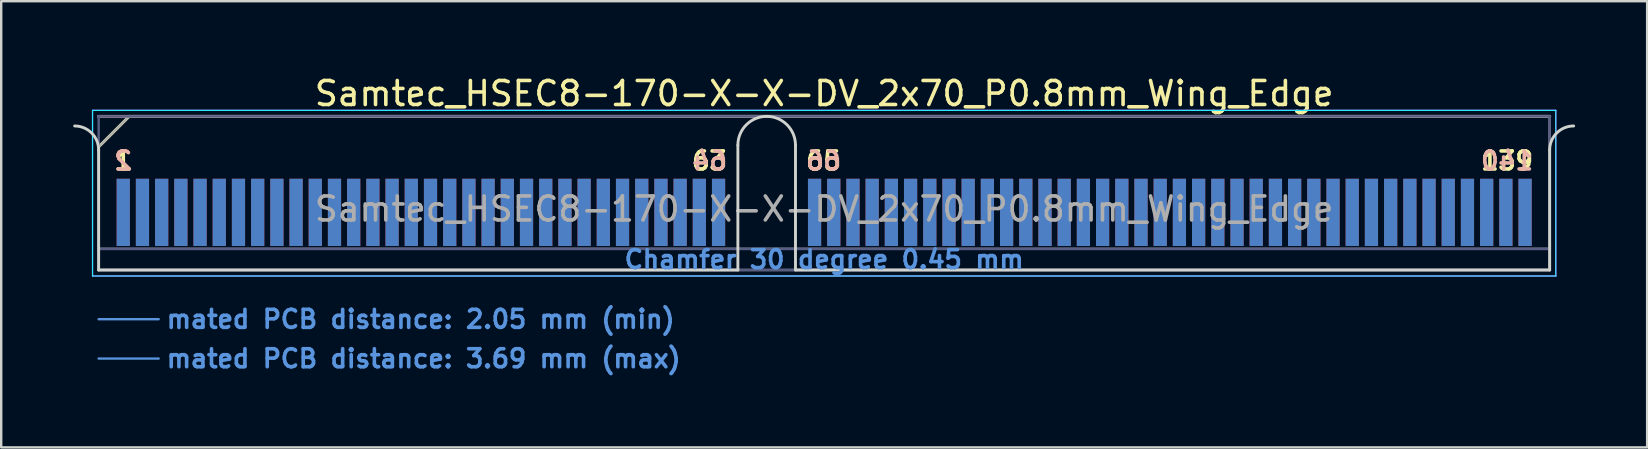
<source format=kicad_pcb>
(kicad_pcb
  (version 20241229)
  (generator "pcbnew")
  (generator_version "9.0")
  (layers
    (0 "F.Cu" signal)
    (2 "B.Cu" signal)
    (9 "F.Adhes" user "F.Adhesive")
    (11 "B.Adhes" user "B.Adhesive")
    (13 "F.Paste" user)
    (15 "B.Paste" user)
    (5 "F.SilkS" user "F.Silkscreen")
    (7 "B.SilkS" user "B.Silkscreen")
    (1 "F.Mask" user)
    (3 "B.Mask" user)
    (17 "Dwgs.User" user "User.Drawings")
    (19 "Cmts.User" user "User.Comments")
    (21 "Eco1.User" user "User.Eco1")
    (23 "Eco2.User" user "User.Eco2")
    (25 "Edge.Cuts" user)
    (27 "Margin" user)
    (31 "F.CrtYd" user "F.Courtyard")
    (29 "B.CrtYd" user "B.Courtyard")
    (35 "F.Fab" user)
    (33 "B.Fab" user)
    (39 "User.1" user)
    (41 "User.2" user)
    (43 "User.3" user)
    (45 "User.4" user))
  (footprint "Samtec_HSEC8-170-X-X-DV_2x70_P0.8mm_Wing_Edge"
    (layer "F.Cu")
    (at 31.285 8.198)
    (property "Reference" "Samtec_HSEC8-170-X-X-DV_2x70_P0.8mm_Wing_Edge" (at 0 -7.35 0) (layer "F.SilkS") (effects (font (size 1 1) (thickness 0.15))))
    (attr exclude_from_pos_files exclude_from_bom)
    (fp_line (start -30.225 -5.13) (end -28.955 -6.4) (stroke (width 0.12) (type solid)) (layer "F.SilkS"))
    (fp_line (start -28.955 -6.4) (end 30.225 -6.4) (stroke (width 0.12) (type solid)) (layer "F.SilkS"))
    (fp_line (start -30.225 -6.4) (end -30.225 -6.4) (stroke (width 0.12) (type solid)) (layer "B.SilkS"))
    (fp_line (start -30.225 -6.4) (end 30.225 -6.4) (stroke (width 0.12) (type solid)) (layer "B.SilkS"))
    (fp_line (start -30.225 2.05) (end -27.725 2.05) (stroke (width 0.1) (type solid)) (layer "Cmts.User"))
    (fp_line (start -30.225 3.69) (end -27.725 3.69) (stroke (width 0.1) (type solid)) (layer "Cmts.User"))
    (fp_line (start -30.225 -5) (end -30.225 0) (stroke (width 0.12) (type solid)) (layer "Edge.Cuts"))
    (fp_line (start -30.225 0) (end -3.595 0) (stroke (width 0.12) (type solid)) (layer "Edge.Cuts"))
    (fp_line (start -3.595 0) (end -3.595 -5.2) (stroke (width 0.12) (type solid)) (layer "Edge.Cuts"))
    (fp_line (start -1.195 -5.2) (end -1.195 0) (stroke (width 0.12) (type solid)) (layer "Edge.Cuts"))
    (fp_line (start -1.195 0) (end 30.225 0) (stroke (width 0.12) (type solid)) (layer "Edge.Cuts"))
    (fp_line (start 30.225 0) (end 30.225 -5) (stroke (width 0.12) (type solid)) (layer "Edge.Cuts"))
    (fp_arc (start -31.225 -6) (mid -30.517893 -5.707107) (end -30.225 -5) (stroke (width 0.12) (type solid)) (layer "Edge.Cuts"))
    (fp_arc (start -3.595 -5.2) (mid -2.395 -6.4) (end -1.195 -5.2) (stroke (width 0.12) (type solid)) (layer "Edge.Cuts"))
    (fp_arc (start 30.225 -5) (mid 30.517893 -5.707107) (end 31.225 -6) (stroke (width 0.12) (type solid)) (layer "Edge.Cuts"))
    (fp_line (start -30.48 -6.65) (end -30.48 0.25) (stroke (width 0.05) (type solid)) (layer "B.CrtYd"))
    (fp_line (start -30.48 0.25) (end 30.48 0.25) (stroke (width 0.05) (type solid)) (layer "B.CrtYd"))
    (fp_line (start 30.48 -6.65) (end -30.48 -6.65) (stroke (width 0.05) (type solid)) (layer "B.CrtYd"))
    (fp_line (start 30.48 0.25) (end 30.48 -6.65) (stroke (width 0.05) (type solid)) (layer "B.CrtYd"))
    (fp_line (start -30.48 -6.65) (end -30.48 0.25) (stroke (width 0.05) (type solid)) (layer "F.CrtYd"))
    (fp_line (start -30.48 0.25) (end 30.48 0.25) (stroke (width 0.05) (type solid)) (layer "F.CrtYd"))
    (fp_line (start 30.48 -6.65) (end -30.48 -6.65) (stroke (width 0.05) (type solid)) (layer "F.CrtYd"))
    (fp_line (start 30.48 0.25) (end 30.48 -6.65) (stroke (width 0.05) (type solid)) (layer "F.CrtYd"))
    (fp_line (start -30.225 -6.4) (end -30.225 -6.4) (stroke (width 0.1) (type solid)) (layer "B.Fab"))
    (fp_line (start -30.225 -6.4) (end -30.225 0) (stroke (width 0.1) (type solid)) (layer "B.Fab"))
    (fp_line (start -30.225 -6.4) (end 30.225 -6.4) (stroke (width 0.1) (type solid)) (layer "B.Fab"))
    (fp_line (start -30.225 -0.88) (end 30.225 -0.88) (stroke (width 0.1) (type solid)) (layer "B.Fab"))
    (fp_line (start -30.225 0) (end 30.225 0) (stroke (width 0.1) (type solid)) (layer "B.Fab"))
    (fp_line (start 30.225 -6.4) (end 30.225 0) (stroke (width 0.1) (type solid)) (layer "B.Fab"))
    (fp_line (start -30.225 -5.13) (end -30.225 0) (stroke (width 0.1) (type solid)) (layer "F.Fab"))
    (fp_line (start -30.225 -5.13) (end -28.955 -6.4) (stroke (width 0.1) (type solid)) (layer "F.Fab"))
    (fp_line (start -30.225 -0.88) (end 30.225 -0.88) (stroke (width 0.1) (type solid)) (layer "F.Fab"))
    (fp_line (start -30.225 0) (end 30.225 0) (stroke (width 0.1) (type solid)) (layer "F.Fab"))
    (fp_line (start -28.955 -6.4) (end 30.225 -6.4) (stroke (width 0.1) (type solid)) (layer "F.Fab"))
    (fp_line (start 30.225 -6.4) (end 30.225 0) (stroke (width 0.1) (type solid)) (layer "F.Fab"))
    (fp_text user "139" (at 28.45 -4.55 0) (layer "F.SilkS") (effects (font (size 0.75 0.75) (thickness 0.15))))
    (fp_text user "63" (at -4.775 -4.55 0) (layer "F.SilkS") (effects (font (size 0.75 0.75) (thickness 0.15))))
    (fp_text user "1" (at -29.2 -4.55 0) (layer "F.SilkS") (effects (font (size 0.75 0.75) (thickness 0.15))))
    (fp_text user "65" (at -0.025 -4.55 0) (layer "F.SilkS") (effects (font (size 0.75 0.75) (thickness 0.15))))
    (fp_text user "66" (at -0.025 -4.55 0) (layer "B.SilkS") (effects (font (size 0.75 0.75) (thickness 0.15)) (justify mirror)))
    (fp_text user "140" (at 28.45 -4.55 0) (layer "B.SilkS") (effects (font (size 0.75 0.75) (thickness 0.15)) (justify mirror)))
    (fp_text user "2" (at -29.2 -4.55 0) (layer "B.SilkS") (effects (font (size 0.75 0.75) (thickness 0.15)) (justify mirror)))
    (fp_text user "64" (at -4.775 -4.55 0) (layer "B.SilkS") (effects (font (size 0.75 0.75) (thickness 0.15)) (justify mirror)))
    (fp_text user "mated PCB distance: 3.69 mm (max)" (at -27.48 3.69 0) (layer "Cmts.User") (effects (font (size 0.75 0.75) (thickness 0.15)) (justify left)))
    (fp_text user "mated PCB distance: 2.05 mm (min)" (at -27.48 2.05 0) (layer "Cmts.User") (effects (font (size 0.75 0.75) (thickness 0.15)) (justify left)))
    (fp_text user "Chamfer 30 degree 0.45 mm" (at 0 -0.44 0) (layer "Cmts.User") (effects (font (size 0.75 0.75) (thickness 0.15))))
    (fp_text user "${REFERENCE}" (at 0 -2.54 0) (layer "F.Fab") (effects (font (size 1 1) (thickness 0.15))))
    (pad "1" connect rect (at -29.2 -2.4) (size 0.55 2.8) (layers "F.Cu" "F.Mask"))
    (pad "2" connect rect (at -29.2 -2.4) (size 0.55 2.8) (layers "B.Cu" "B.Mask"))
    (pad "3" connect rect (at -28.4 -2.4) (size 0.55 2.8) (layers "F.Cu" "F.Mask"))
    (pad "4" connect rect (at -28.4 -2.4) (size 0.55 2.8) (layers "B.Cu" "B.Mask"))
    (pad "5" connect rect (at -27.6 -2.4) (size 0.55 2.8) (layers "F.Cu" "F.Mask"))
    (pad "6" connect rect (at -27.6 -2.4) (size 0.55 2.8) (layers "B.Cu" "B.Mask"))
    (pad "7" connect rect (at -26.8 -2.4) (size 0.55 2.8) (layers "F.Cu" "F.Mask"))
    (pad "8" connect rect (at -26.8 -2.4) (size 0.55 2.8) (layers "B.Cu" "B.Mask"))
    (pad "9" connect rect (at -26 -2.4) (size 0.55 2.8) (layers "F.Cu" "F.Mask"))
    (pad "10" connect rect (at -26 -2.4) (size 0.55 2.8) (layers "B.Cu" "B.Mask"))
    (pad "11" connect rect (at -25.2 -2.4) (size 0.55 2.8) (layers "F.Cu" "F.Mask"))
    (pad "12" connect rect (at -25.2 -2.4) (size 0.55 2.8) (layers "B.Cu" "B.Mask"))
    (pad "13" connect rect (at -24.4 -2.4) (size 0.55 2.8) (layers "F.Cu" "F.Mask"))
    (pad "14" connect rect (at -24.4 -2.4) (size 0.55 2.8) (layers "B.Cu" "B.Mask"))
    (pad "15" connect rect (at -23.6 -2.4) (size 0.55 2.8) (layers "F.Cu" "F.Mask"))
    (pad "16" connect rect (at -23.6 -2.4) (size 0.55 2.8) (layers "B.Cu" "B.Mask"))
    (pad "17" connect rect (at -22.8 -2.4) (size 0.55 2.8) (layers "F.Cu" "F.Mask"))
    (pad "18" connect rect (at -22.8 -2.4) (size 0.55 2.8) (layers "B.Cu" "B.Mask"))
    (pad "19" connect rect (at -22 -2.4) (size 0.55 2.8) (layers "F.Cu" "F.Mask"))
    (pad "20" connect rect (at -22 -2.4) (size 0.55 2.8) (layers "B.Cu" "B.Mask"))
    (pad "21" connect rect (at -21.2 -2.4) (size 0.55 2.8) (layers "F.Cu" "F.Mask"))
    (pad "22" connect rect (at -21.2 -2.4) (size 0.55 2.8) (layers "B.Cu" "B.Mask"))
    (pad "23" connect rect (at -20.4 -2.4) (size 0.55 2.8) (layers "F.Cu" "F.Mask"))
    (pad "24" connect rect (at -20.4 -2.4) (size 0.55 2.8) (layers "B.Cu" "B.Mask"))
    (pad "25" connect rect (at -19.6 -2.4) (size 0.55 2.8) (layers "F.Cu" "F.Mask"))
    (pad "26" connect rect (at -19.6 -2.4) (size 0.55 2.8) (layers "B.Cu" "B.Mask"))
    (pad "27" connect rect (at -18.8 -2.4) (size 0.55 2.8) (layers "F.Cu" "F.Mask"))
    (pad "28" connect rect (at -18.8 -2.4) (size 0.55 2.8) (layers "B.Cu" "B.Mask"))
    (pad "29" connect rect (at -18 -2.4) (size 0.55 2.8) (layers "F.Cu" "F.Mask"))
    (pad "30" connect rect (at -18 -2.4) (size 0.55 2.8) (layers "B.Cu" "B.Mask"))
    (pad "31" connect rect (at -17.2 -2.4) (size 0.55 2.8) (layers "F.Cu" "F.Mask"))
    (pad "32" connect rect (at -17.2 -2.4) (size 0.55 2.8) (layers "B.Cu" "B.Mask"))
    (pad "33" connect rect (at -16.4 -2.4) (size 0.55 2.8) (layers "F.Cu" "F.Mask"))
    (pad "34" connect rect (at -16.4 -2.4) (size 0.55 2.8) (layers "B.Cu" "B.Mask"))
    (pad "35" connect rect (at -15.6 -2.4) (size 0.55 2.8) (layers "F.Cu" "F.Mask"))
    (pad "36" connect rect (at -15.6 -2.4) (size 0.55 2.8) (layers "B.Cu" "B.Mask"))
    (pad "37" connect rect (at -14.8 -2.4) (size 0.55 2.8) (layers "F.Cu" "F.Mask"))
    (pad "38" connect rect (at -14.8 -2.4) (size 0.55 2.8) (layers "B.Cu" "B.Mask"))
    (pad "39" connect rect (at -14 -2.4) (size 0.55 2.8) (layers "F.Cu" "F.Mask"))
    (pad "40" connect rect (at -14 -2.4) (size 0.55 2.8) (layers "B.Cu" "B.Mask"))
    (pad "41" connect rect (at -13.2 -2.4) (size 0.55 2.8) (layers "F.Cu" "F.Mask"))
    (pad "42" connect rect (at -13.2 -2.4) (size 0.55 2.8) (layers "B.Cu" "B.Mask"))
    (pad "43" connect rect (at -12.4 -2.4) (size 0.55 2.8) (layers "F.Cu" "F.Mask"))
    (pad "44" connect rect (at -12.4 -2.4) (size 0.55 2.8) (layers "B.Cu" "B.Mask"))
    (pad "45" connect rect (at -11.6 -2.4) (size 0.55 2.8) (layers "F.Cu" "F.Mask"))
    (pad "46" connect rect (at -11.6 -2.4) (size 0.55 2.8) (layers "B.Cu" "B.Mask"))
    (pad "47" connect rect (at -10.8 -2.4) (size 0.55 2.8) (layers "F.Cu" "F.Mask"))
    (pad "48" connect rect (at -10.8 -2.4) (size 0.55 2.8) (layers "B.Cu" "B.Mask"))
    (pad "49" connect rect (at -10 -2.4) (size 0.55 2.8) (layers "F.Cu" "F.Mask"))
    (pad "50" connect rect (at -10 -2.4) (size 0.55 2.8) (layers "B.Cu" "B.Mask"))
    (pad "51" connect rect (at -9.2 -2.4) (size 0.55 2.8) (layers "F.Cu" "F.Mask"))
    (pad "52" connect rect (at -9.2 -2.4) (size 0.55 2.8) (layers "B.Cu" "B.Mask"))
    (pad "53" connect rect (at -8.4 -2.4) (size 0.55 2.8) (layers "F.Cu" "F.Mask"))
    (pad "54" connect rect (at -8.4 -2.4) (size 0.55 2.8) (layers "B.Cu" "B.Mask"))
    (pad "55" connect rect (at -7.6 -2.4) (size 0.55 2.8) (layers "F.Cu" "F.Mask"))
    (pad "56" connect rect (at -7.6 -2.4) (size 0.55 2.8) (layers "B.Cu" "B.Mask"))
    (pad "57" connect rect (at -6.8 -2.4) (size 0.55 2.8) (layers "F.Cu" "F.Mask"))
    (pad "58" connect rect (at -6.8 -2.4) (size 0.55 2.8) (layers "B.Cu" "B.Mask"))
    (pad "59" connect rect (at -6 -2.4) (size 0.55 2.8) (layers "F.Cu" "F.Mask"))
    (pad "60" connect rect (at -6 -2.4) (size 0.55 2.8) (layers "B.Cu" "B.Mask"))
    (pad "61" connect rect (at -5.2 -2.4) (size 0.55 2.8) (layers "F.Cu" "F.Mask"))
    (pad "62" connect rect (at -5.2 -2.4) (size 0.55 2.8) (layers "B.Cu" "B.Mask"))
    (pad "63" connect rect (at -4.4 -2.4) (size 0.55 2.8) (layers "F.Cu" "F.Mask"))
    (pad "64" connect rect (at -4.4 -2.4) (size 0.55 2.8) (layers "B.Cu" "B.Mask"))
    (pad "65" connect rect (at -0.4 -2.4) (size 0.55 2.8) (layers "F.Cu" "F.Mask"))
    (pad "66" connect rect (at -0.4 -2.4) (size 0.55 2.8) (layers "B.Cu" "B.Mask"))
    (pad "67" connect rect (at 0.4 -2.4) (size 0.55 2.8) (layers "F.Cu" "F.Mask"))
    (pad "68" connect rect (at 0.4 -2.4) (size 0.55 2.8) (layers "B.Cu" "B.Mask"))
    (pad "69" connect rect (at 1.2 -2.4) (size 0.55 2.8) (layers "F.Cu" "F.Mask"))
    (pad "70" connect rect (at 1.2 -2.4) (size 0.55 2.8) (layers "B.Cu" "B.Mask"))
    (pad "71" connect rect (at 2 -2.4) (size 0.55 2.8) (layers "F.Cu" "F.Mask"))
    (pad "72" connect rect (at 2 -2.4) (size 0.55 2.8) (layers "B.Cu" "B.Mask"))
    (pad "73" connect rect (at 2.8 -2.4) (size 0.55 2.8) (layers "F.Cu" "F.Mask"))
    (pad "74" connect rect (at 2.8 -2.4) (size 0.55 2.8) (layers "B.Cu" "B.Mask"))
    (pad "75" connect rect (at 3.6 -2.4) (size 0.55 2.8) (layers "F.Cu" "F.Mask"))
    (pad "76" connect rect (at 3.6 -2.4) (size 0.55 2.8) (layers "B.Cu" "B.Mask"))
    (pad "77" connect rect (at 4.4 -2.4) (size 0.55 2.8) (layers "F.Cu" "F.Mask"))
    (pad "78" connect rect (at 4.4 -2.4) (size 0.55 2.8) (layers "B.Cu" "B.Mask"))
    (pad "79" connect rect (at 5.2 -2.4) (size 0.55 2.8) (layers "F.Cu" "F.Mask"))
    (pad "80" connect rect (at 5.2 -2.4) (size 0.55 2.8) (layers "B.Cu" "B.Mask"))
    (pad "81" connect rect (at 6 -2.4) (size 0.55 2.8) (layers "F.Cu" "F.Mask"))
    (pad "82" connect rect (at 6 -2.4) (size 0.55 2.8) (layers "B.Cu" "B.Mask"))
    (pad "83" connect rect (at 6.8 -2.4) (size 0.55 2.8) (layers "F.Cu" "F.Mask"))
    (pad "84" connect rect (at 6.8 -2.4) (size 0.55 2.8) (layers "B.Cu" "B.Mask"))
    (pad "85" connect rect (at 7.6 -2.4) (size 0.55 2.8) (layers "F.Cu" "F.Mask"))
    (pad "86" connect rect (at 7.6 -2.4) (size 0.55 2.8) (layers "B.Cu" "B.Mask"))
    (pad "87" connect rect (at 8.4 -2.4) (size 0.55 2.8) (layers "F.Cu" "F.Mask"))
    (pad "88" connect rect (at 8.4 -2.4) (size 0.55 2.8) (layers "B.Cu" "B.Mask"))
    (pad "89" connect rect (at 9.2 -2.4) (size 0.55 2.8) (layers "F.Cu" "F.Mask"))
    (pad "90" connect rect (at 9.2 -2.4) (size 0.55 2.8) (layers "B.Cu" "B.Mask"))
    (pad "91" connect rect (at 10 -2.4) (size 0.55 2.8) (layers "F.Cu" "F.Mask"))
    (pad "92" connect rect (at 10 -2.4) (size 0.55 2.8) (layers "B.Cu" "B.Mask"))
    (pad "93" connect rect (at 10.8 -2.4) (size 0.55 2.8) (layers "F.Cu" "F.Mask"))
    (pad "94" connect rect (at 10.8 -2.4) (size 0.55 2.8) (layers "B.Cu" "B.Mask"))
    (pad "95" connect rect (at 11.6 -2.4) (size 0.55 2.8) (layers "F.Cu" "F.Mask"))
    (pad "96" connect rect (at 11.6 -2.4) (size 0.55 2.8) (layers "B.Cu" "B.Mask"))
    (pad "97" connect rect (at 12.4 -2.4) (size 0.55 2.8) (layers "F.Cu" "F.Mask"))
    (pad "98" connect rect (at 12.4 -2.4) (size 0.55 2.8) (layers "B.Cu" "B.Mask"))
    (pad "99" connect rect (at 13.2 -2.4) (size 0.55 2.8) (layers "F.Cu" "F.Mask"))
    (pad "100" connect rect (at 13.2 -2.4) (size 0.55 2.8) (layers "B.Cu" "B.Mask"))
    (pad "101" connect rect (at 14 -2.4) (size 0.55 2.8) (layers "F.Cu" "F.Mask"))
    (pad "102" connect rect (at 14 -2.4) (size 0.55 2.8) (layers "B.Cu" "B.Mask"))
    (pad "103" connect rect (at 14.8 -2.4) (size 0.55 2.8) (layers "F.Cu" "F.Mask"))
    (pad "104" connect rect (at 14.8 -2.4) (size 0.55 2.8) (layers "B.Cu" "B.Mask"))
    (pad "105" connect rect (at 15.6 -2.4) (size 0.55 2.8) (layers "F.Cu" "F.Mask"))
    (pad "106" connect rect (at 15.6 -2.4) (size 0.55 2.8) (layers "B.Cu" "B.Mask"))
    (pad "107" connect rect (at 16.4 -2.4) (size 0.55 2.8) (layers "F.Cu" "F.Mask"))
    (pad "108" connect rect (at 16.4 -2.4) (size 0.55 2.8) (layers "B.Cu" "B.Mask"))
    (pad "109" connect rect (at 17.2 -2.4) (size 0.55 2.8) (layers "F.Cu" "F.Mask"))
    (pad "110" connect rect (at 17.2 -2.4) (size 0.55 2.8) (layers "B.Cu" "B.Mask"))
    (pad "111" connect rect (at 18 -2.4) (size 0.55 2.8) (layers "F.Cu" "F.Mask"))
    (pad "112" connect rect (at 18 -2.4) (size 0.55 2.8) (layers "B.Cu" "B.Mask"))
    (pad "113" connect rect (at 18.8 -2.4) (size 0.55 2.8) (layers "F.Cu" "F.Mask"))
    (pad "114" connect rect (at 18.8 -2.4) (size 0.55 2.8) (layers "B.Cu" "B.Mask"))
    (pad "115" connect rect (at 19.6 -2.4) (size 0.55 2.8) (layers "F.Cu" "F.Mask"))
    (pad "116" connect rect (at 19.6 -2.4) (size 0.55 2.8) (layers "B.Cu" "B.Mask"))
    (pad "117" connect rect (at 20.4 -2.4) (size 0.55 2.8) (layers "F.Cu" "F.Mask"))
    (pad "118" connect rect (at 20.4 -2.4) (size 0.55 2.8) (layers "B.Cu" "B.Mask"))
    (pad "119" connect rect (at 21.2 -2.4) (size 0.55 2.8) (layers "F.Cu" "F.Mask"))
    (pad "120" connect rect (at 21.2 -2.4) (size 0.55 2.8) (layers "B.Cu" "B.Mask"))
    (pad "121" connect rect (at 22 -2.4) (size 0.55 2.8) (layers "F.Cu" "F.Mask"))
    (pad "122" connect rect (at 22 -2.4) (size 0.55 2.8) (layers "B.Cu" "B.Mask"))
    (pad "123" connect rect (at 22.8 -2.4) (size 0.55 2.8) (layers "F.Cu" "F.Mask"))
    (pad "124" connect rect (at 22.8 -2.4) (size 0.55 2.8) (layers "B.Cu" "B.Mask"))
    (pad "125" connect rect (at 23.6 -2.4) (size 0.55 2.8) (layers "F.Cu" "F.Mask"))
    (pad "126" connect rect (at 23.6 -2.4) (size 0.55 2.8) (layers "B.Cu" "B.Mask"))
    (pad "127" connect rect (at 24.4 -2.4) (size 0.55 2.8) (layers "F.Cu" "F.Mask"))
    (pad "128" connect rect (at 24.4 -2.4) (size 0.55 2.8) (layers "B.Cu" "B.Mask"))
    (pad "129" connect rect (at 25.2 -2.4) (size 0.55 2.8) (layers "F.Cu" "F.Mask"))
    (pad "130" connect rect (at 25.2 -2.4) (size 0.55 2.8) (layers "B.Cu" "B.Mask"))
    (pad "131" connect rect (at 26 -2.4) (size 0.55 2.8) (layers "F.Cu" "F.Mask"))
    (pad "132" connect rect (at 26 -2.4) (size 0.55 2.8) (layers "B.Cu" "B.Mask"))
    (pad "133" connect rect (at 26.8 -2.4) (size 0.55 2.8) (layers "F.Cu" "F.Mask"))
    (pad "134" connect rect (at 26.8 -2.4) (size 0.55 2.8) (layers "B.Cu" "B.Mask"))
    (pad "135" connect rect (at 27.6 -2.4) (size 0.55 2.8) (layers "F.Cu" "F.Mask"))
    (pad "136" connect rect (at 27.6 -2.4) (size 0.55 2.8) (layers "B.Cu" "B.Mask"))
    (pad "137" connect rect (at 28.4 -2.4) (size 0.55 2.8) (layers "F.Cu" "F.Mask"))
    (pad "138" connect rect (at 28.4 -2.4) (size 0.55 2.8) (layers "B.Cu" "B.Mask"))
    (pad "139" connect rect (at 29.2 -2.4) (size 0.55 2.8) (layers "F.Cu" "F.Mask"))
    (pad "140" connect rect (at 29.2 -2.4) (size 0.55 2.8) (layers "B.Cu" "B.Mask")))
  (gr_rect
    (start -3 -3)
    (end 65.57 15.59)
    (stroke (width 0.1) (type default))
    (fill no)
    (layer "Edge.Cuts")))
</source>
